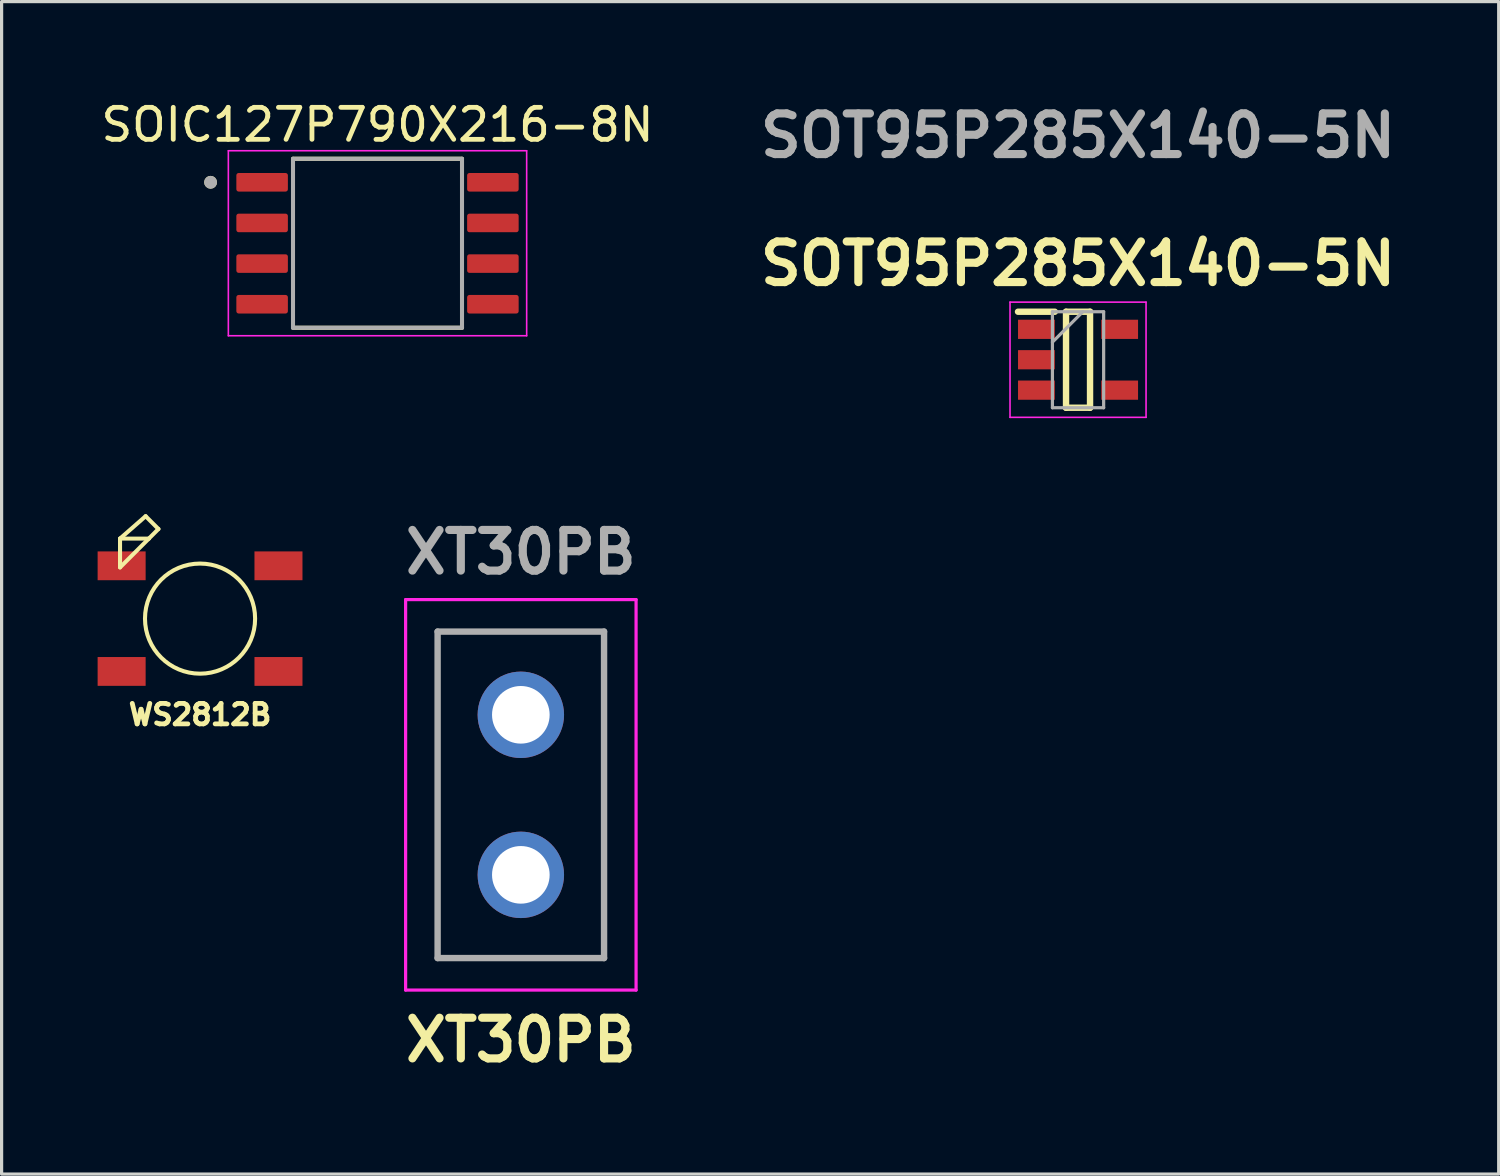
<source format=kicad_pcb>
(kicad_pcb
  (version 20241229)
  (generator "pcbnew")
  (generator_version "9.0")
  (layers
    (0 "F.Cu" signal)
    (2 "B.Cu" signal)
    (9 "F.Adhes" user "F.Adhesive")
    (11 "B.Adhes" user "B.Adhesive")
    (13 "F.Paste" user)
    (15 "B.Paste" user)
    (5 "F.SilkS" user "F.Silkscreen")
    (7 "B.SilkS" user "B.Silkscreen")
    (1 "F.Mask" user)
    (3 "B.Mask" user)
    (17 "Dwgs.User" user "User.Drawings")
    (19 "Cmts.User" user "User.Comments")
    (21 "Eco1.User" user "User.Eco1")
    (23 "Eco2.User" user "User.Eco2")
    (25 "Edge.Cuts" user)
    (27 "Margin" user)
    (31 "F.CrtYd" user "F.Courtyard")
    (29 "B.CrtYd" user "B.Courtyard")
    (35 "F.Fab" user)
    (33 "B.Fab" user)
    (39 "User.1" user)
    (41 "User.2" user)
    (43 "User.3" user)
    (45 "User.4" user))
  (footprint "SOIC127P790X216-8N"
    (layer "F.Cu")
    (at 8.744 4.55)
    (property "Reference" "SOIC127P790X216-8N" (at 0 -3.702 0) (layer "F.SilkS") (effects (font (size 1 1) (thickness 0.15))))
    (attr smd)
    (fp_line (start -2.64 -2.64) (end 2.64 -2.64) (stroke (width 0.127) (type solid)) (layer "F.SilkS"))
    (fp_line (start -2.64 2.64) (end 2.64 2.64) (stroke (width 0.127) (type solid)) (layer "F.SilkS"))
    (fp_circle (center -5.215 -1.905) (end -5.115 -1.905) (stroke (width 0.2) (type solid)) (fill no) (layer "F.SilkS"))
    (fp_line (start -4.66 -2.89) (end -4.66 2.89) (stroke (width 0.05) (type solid)) (layer "F.CrtYd"))
    (fp_line (start -4.66 -2.89) (end 4.66 -2.89) (stroke (width 0.05) (type solid)) (layer "F.CrtYd"))
    (fp_line (start -4.66 2.89) (end 4.66 2.89) (stroke (width 0.05) (type solid)) (layer "F.CrtYd"))
    (fp_line (start 4.66 -2.89) (end 4.66 2.89) (stroke (width 0.05) (type solid)) (layer "F.CrtYd"))
    (fp_line (start -2.64 -2.64) (end -2.64 2.64) (stroke (width 0.127) (type solid)) (layer "F.Fab"))
    (fp_line (start -2.64 -2.64) (end 2.64 -2.64) (stroke (width 0.127) (type solid)) (layer "F.Fab"))
    (fp_line (start -2.64 2.64) (end 2.64 2.64) (stroke (width 0.127) (type solid)) (layer "F.Fab"))
    (fp_line (start 2.64 -2.64) (end 2.64 2.64) (stroke (width 0.127) (type solid)) (layer "F.Fab"))
    (fp_circle (center -5.215 -1.905) (end -5.115 -1.905) (stroke (width 0.2) (type solid)) (fill no) (layer "F.Fab"))
    (pad "1" smd roundrect (at -3.605 -1.905) (size 1.61 0.58) (layers "F.Cu" "F.Mask" "F.Paste") (roundrect_rratio 0.125))
    (pad "2" smd roundrect (at -3.605 -0.635) (size 1.61 0.58) (layers "F.Cu" "F.Mask" "F.Paste") (roundrect_rratio 0.125))
    (pad "3" smd roundrect (at -3.605 0.635) (size 1.61 0.58) (layers "F.Cu" "F.Mask" "F.Paste") (roundrect_rratio 0.125))
    (pad "4" smd roundrect (at -3.605 1.905) (size 1.61 0.58) (layers "F.Cu" "F.Mask" "F.Paste") (roundrect_rratio 0.125))
    (pad "5" smd roundrect (at 3.605 1.905) (size 1.61 0.58) (layers "F.Cu" "F.Mask" "F.Paste") (roundrect_rratio 0.125))
    (pad "6" smd roundrect (at 3.605 0.635) (size 1.61 0.58) (layers "F.Cu" "F.Mask" "F.Paste") (roundrect_rratio 0.125))
    (pad "7" smd roundrect (at 3.605 -0.635) (size 1.61 0.58) (layers "F.Cu" "F.Mask" "F.Paste") (roundrect_rratio 0.125))
    (pad "8" smd roundrect (at 3.605 -1.905) (size 1.61 0.58) (layers "F.Cu" "F.Mask" "F.Paste") (roundrect_rratio 0.125)))
  (footprint "WS2812B"
    (layer "F.Cu")
    (at 3.2 16.277)
    (property "Reference" "WS2812B" (at 0 3 180) (layer "F.SilkS") (effects (font (size 0.64 0.64) (thickness 0.15))))
    (attr smd)
    (fp_line (start -2.5 -2.5) (end -1.6 -2.5) (stroke (width 0.127) (type solid)) (layer "F.SilkS"))
    (fp_line (start -2.5 -1.6) (end -2.5 -2.5) (stroke (width 0.127) (type solid)) (layer "F.SilkS"))
    (fp_line (start -2.5 -1.6) (end -1.6 -2.5) (stroke (width 0.127) (type solid)) (layer "F.SilkS"))
    (fp_line (start -1.7 -3.2) (end -2.5 -2.5) (stroke (width 0.127) (type solid)) (layer "F.SilkS"))
    (fp_line (start -1.6 -2.5) (end -1.3 -2.8) (stroke (width 0.127) (type solid)) (layer "F.SilkS"))
    (fp_line (start -1.3 -2.8) (end -1.7 -3.2) (stroke (width 0.127) (type solid)) (layer "F.SilkS"))
    (fp_circle (center 0 0) (end 1.72 0) (stroke (width 0.127) (type solid)) (fill no) (layer "F.SilkS"))
    (fp_line (start -2.5 2.5) (end -2.5 -1.6) (stroke (width 0.127) (type solid)) (layer "Margin"))
    (fp_line (start -1.6 -2.5) (end 2.5 -2.5) (stroke (width 0.127) (type solid)) (layer "Margin"))
    (fp_line (start 2.5 -2.5) (end 2.5 2.5) (stroke (width 0.127) (type solid)) (layer "Margin"))
    (fp_line (start 2.5 2.5) (end -2.5 2.5) (stroke (width 0.127) (type solid)) (layer "Margin"))
    (pad "1" smd rect (at 2.45 1.65) (size 1.5 0.9) (layers "F.Cu" "F.Mask" "F.Paste"))
    (pad "2" smd rect (at 2.45 -1.65) (size 1.5 0.9) (layers "F.Cu" "F.Mask" "F.Paste"))
    (pad "3" smd rect (at -2.45 -1.65) (size 1.5 0.9) (layers "F.Cu" "F.Mask" "F.Paste"))
    (pad "4" smd rect (at -2.45 1.65) (size 1.5 0.9) (layers "F.Cu" "F.Mask" "F.Paste")))
  (footprint "XT30PB"
    (layer "F.Cu")
    (at 13.222 19.282)
    (property "Reference" "XT30PB" (at 0 10.16 0) (layer "F.SilkS") (effects (font (size 1.27 1.27) (thickness 0.254))))
    (attr through_hole)
    (fp_line (start -2.6 -2.6) (end 2.6 -2.6) (stroke (width 0.1) (type solid)) (layer "F.SilkS"))
    (fp_line (start -2.6 7.6) (end -2.6 -2.6) (stroke (width 0.1) (type solid)) (layer "F.SilkS"))
    (fp_line (start 2.6 -2.6) (end 2.6 7.6) (stroke (width 0.1) (type solid)) (layer "F.SilkS"))
    (fp_line (start 2.6 7.6) (end -2.6 7.6) (stroke (width 0.1) (type solid)) (layer "F.SilkS"))
    (fp_line (start -3.6 -3.6) (end 3.6 -3.6) (stroke (width 0.1) (type solid)) (layer "F.CrtYd"))
    (fp_line (start -3.6 8.6) (end -3.6 -3.6) (stroke (width 0.1) (type solid)) (layer "F.CrtYd"))
    (fp_line (start 3.6 -3.6) (end 3.6 8.6) (stroke (width 0.1) (type solid)) (layer "F.CrtYd"))
    (fp_line (start 3.6 8.6) (end -3.6 8.6) (stroke (width 0.1) (type solid)) (layer "F.CrtYd"))
    (fp_line (start -2.6 -2.6) (end 2.6 -2.6) (stroke (width 0.2) (type solid)) (layer "F.Fab"))
    (fp_line (start -2.6 7.6) (end -2.6 -2.6) (stroke (width 0.2) (type solid)) (layer "F.Fab"))
    (fp_line (start 2.6 -2.6) (end 2.6 7.6) (stroke (width 0.2) (type solid)) (layer "F.Fab"))
    (fp_line (start 2.6 7.6) (end -2.6 7.6) (stroke (width 0.2) (type solid)) (layer "F.Fab"))
    (fp_text user "${REFERENCE}" (at 0 -5.08 0) (layer "F.Fab") (effects (font (size 1.27 1.27) (thickness 0.254))))
    (pad "1" thru_hole circle (at 0 0) (size 2.7 2.7) (drill 1.8) (layers "*.Cu" "*.Mask"))
    (pad "2" thru_hole circle (at 0 5) (size 2.7 2.7) (drill 1.8) (layers "*.Cu" "*.Mask")))
  (footprint "SOT95P285X140-5N"
    (layer "F.Cu")
    (at 30.63 8.189)
    (property "Reference" "SOT95P285X140-5N" (at 0 -3 0) (layer "F.SilkS") (effects (font (size 1.27 1.27) (thickness 0.254))))
    (attr smd)
    (fp_line (start -1.875 -1.5) (end -0.725 -1.5) (stroke (width 0.2) (type solid)) (layer "F.SilkS"))
    (fp_line (start -0.375 -1.5) (end 0.375 -1.5) (stroke (width 0.2) (type solid)) (layer "F.SilkS"))
    (fp_line (start -0.375 1.5) (end -0.375 -1.5) (stroke (width 0.2) (type solid)) (layer "F.SilkS"))
    (fp_line (start 0.375 -1.5) (end 0.375 1.5) (stroke (width 0.2) (type solid)) (layer "F.SilkS"))
    (fp_line (start 0.375 1.5) (end -0.375 1.5) (stroke (width 0.2) (type solid)) (layer "F.SilkS"))
    (fp_line (start -2.125 -1.8) (end 2.125 -1.8) (stroke (width 0.05) (type solid)) (layer "F.CrtYd"))
    (fp_line (start -2.125 1.8) (end -2.125 -1.8) (stroke (width 0.05) (type solid)) (layer "F.CrtYd"))
    (fp_line (start 2.125 -1.8) (end 2.125 1.8) (stroke (width 0.05) (type solid)) (layer "F.CrtYd"))
    (fp_line (start 2.125 1.8) (end -2.125 1.8) (stroke (width 0.05) (type solid)) (layer "F.CrtYd"))
    (fp_line (start -0.8 -1.5) (end 0.8 -1.5) (stroke (width 0.1) (type solid)) (layer "F.Fab"))
    (fp_line (start -0.8 -0.55) (end 0.15 -1.5) (stroke (width 0.1) (type solid)) (layer "F.Fab"))
    (fp_line (start -0.8 1.5) (end -0.8 -1.5) (stroke (width 0.1) (type solid)) (layer "F.Fab"))
    (fp_line (start 0.8 -1.5) (end 0.8 1.5) (stroke (width 0.1) (type solid)) (layer "F.Fab"))
    (fp_line (start 0.8 1.5) (end -0.8 1.5) (stroke (width 0.1) (type solid)) (layer "F.Fab"))
    (fp_text user "${REFERENCE}" (at 0 -7 0) (layer "F.Fab") (effects (font (size 1.27 1.27) (thickness 0.254))))
    (pad "1" smd rect (at -1.3 -0.95 90) (size 0.6 1.15) (layers "F.Cu" "F.Mask" "F.Paste"))
    (pad "2" smd rect (at -1.3 0 90) (size 0.6 1.15) (layers "F.Cu" "F.Mask" "F.Paste"))
    (pad "3" smd rect (at -1.3 0.95 90) (size 0.6 1.15) (layers "F.Cu" "F.Mask" "F.Paste"))
    (pad "4" smd rect (at 1.3 0.95 90) (size 0.6 1.15) (layers "F.Cu" "F.Mask" "F.Paste"))
    (pad "5" smd rect (at 1.3 -0.95 90) (size 0.6 1.15) (layers "F.Cu" "F.Mask" "F.Paste")))
  (gr_rect
    (start -3 -3)
    (end 43.772 33.631)
    (stroke (width 0.1) (type default))
    (fill no)
    (layer "Edge.Cuts")))
</source>
